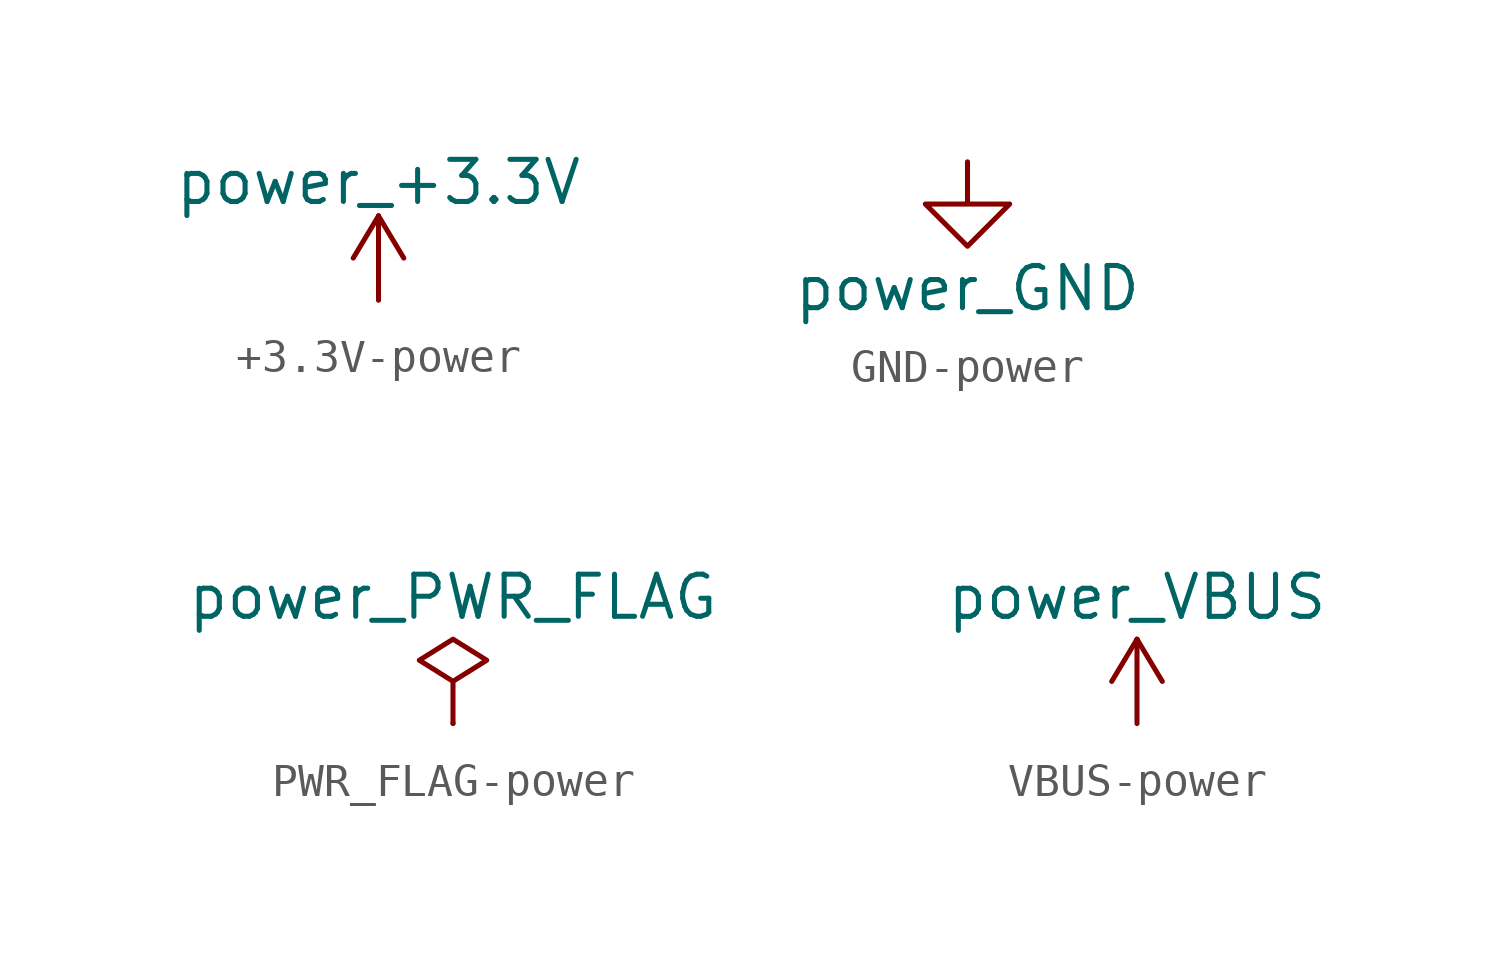
<source format=kicad_sym>
(kicad_symbol_lib
  (version 20241209)
  (generator "kicad_symbol_editor")
  (generator_version "9.0")
  (symbol "+3.3V-power"
    (power)
    (pin_names
      (offset 0))
    (property "Reference" "#PWR"
      (at 0 -3.81 0)
      (effects (font (size 1.27 1.27)) (hide yes)))
    (property "Value" "power_+3.3V"
      (at 0 3.556 0)
      (effects (font (size 1.27 1.27))))
    (symbol "+3.3V-power_0_1"
      (polyline (pts (xy -0.762 1.27) (xy 0 2.54)) (stroke (width 0) (type solid)) (fill (type none)))
      (polyline (pts (xy 0 2.54) (xy 0.762 1.27)) (stroke (width 0) (type solid)) (fill (type none)))
      (polyline (pts (xy 0 0) (xy 0 2.54)) (stroke (width 0) (type solid)) (fill (type none))))
    (symbol "+3.3V-power_1_1"
      (pin power_in line (at 0 0 90) (length 0) (hide yes) (name "+3V3" (effects (font (size 1.27 1.27)))) (number "1" (effects (font (size 1.27 1.27)))))))
  (symbol "GND-power"
    (power)
    (pin_names
      (offset 0))
    (property "Reference" "#PWR"
      (at 0 -6.35 0)
      (effects (font (size 1.27 1.27)) (hide yes)))
    (property "Value" "power_GND"
      (at 0 -3.81 0)
      (effects (font (size 1.27 1.27))))
    (symbol "GND-power_0_1"
      (polyline (pts (xy 0 0) (xy 0 -1.27) (xy 1.27 -1.27) (xy 0 -2.54) (xy -1.27 -1.27) (xy 0 -1.27)) (stroke (width 0) (type solid)) (fill (type none))))
    (symbol "GND-power_1_1"
      (pin power_in line (at 0 0 270) (length 0) (hide yes) (name "GND" (effects (font (size 1.27 1.27)))) (number "1" (effects (font (size 1.27 1.27)))))))
  (symbol "PWR_FLAG-power"
    (power)
    (pin_numbers
      (hide yes))
    (pin_names
      (offset 0)
      (hide yes))
    (property "Reference" "#FLG"
      (at 0 1.905 0)
      (effects (font (size 1.27 1.27)) (hide yes)))
    (property "Value" "power_PWR_FLAG"
      (at 0 3.81 0)
      (effects (font (size 1.27 1.27))))
    (symbol "PWR_FLAG-power_0_0"
      (pin power_out line (at 0 0 90) (length 0) (name "pwr" (effects (font (size 1.27 1.27)))) (number "1" (effects (font (size 1.27 1.27))))))
    (symbol "PWR_FLAG-power_0_1"
      (polyline (pts (xy 0 0) (xy 0 1.27) (xy -1.016 1.905) (xy 0 2.54) (xy 1.016 1.905) (xy 0 1.27)) (stroke (width 0) (type solid)) (fill (type none)))))
  (symbol "VBUS-power"
    (power)
    (pin_names
      (offset 0))
    (property "Reference" "#PWR"
      (at 0 -3.81 0)
      (effects (font (size 1.27 1.27)) (hide yes)))
    (property "Value" "power_VBUS"
      (at 0 3.81 0)
      (effects (font (size 1.27 1.27))))
    (symbol "VBUS-power_0_1"
      (polyline (pts (xy -0.762 1.27) (xy 0 2.54)) (stroke (width 0) (type solid)) (fill (type none)))
      (polyline (pts (xy 0 2.54) (xy 0.762 1.27)) (stroke (width 0) (type solid)) (fill (type none)))
      (polyline (pts (xy 0 0) (xy 0 2.54)) (stroke (width 0) (type solid)) (fill (type none))))
    (symbol "VBUS-power_1_1"
      (pin power_in line (at 0 0 90) (length 0) (hide yes) (name "VBUS" (effects (font (size 1.27 1.27)))) (number "1" (effects (font (size 1.27 1.27))))))))
</source>
